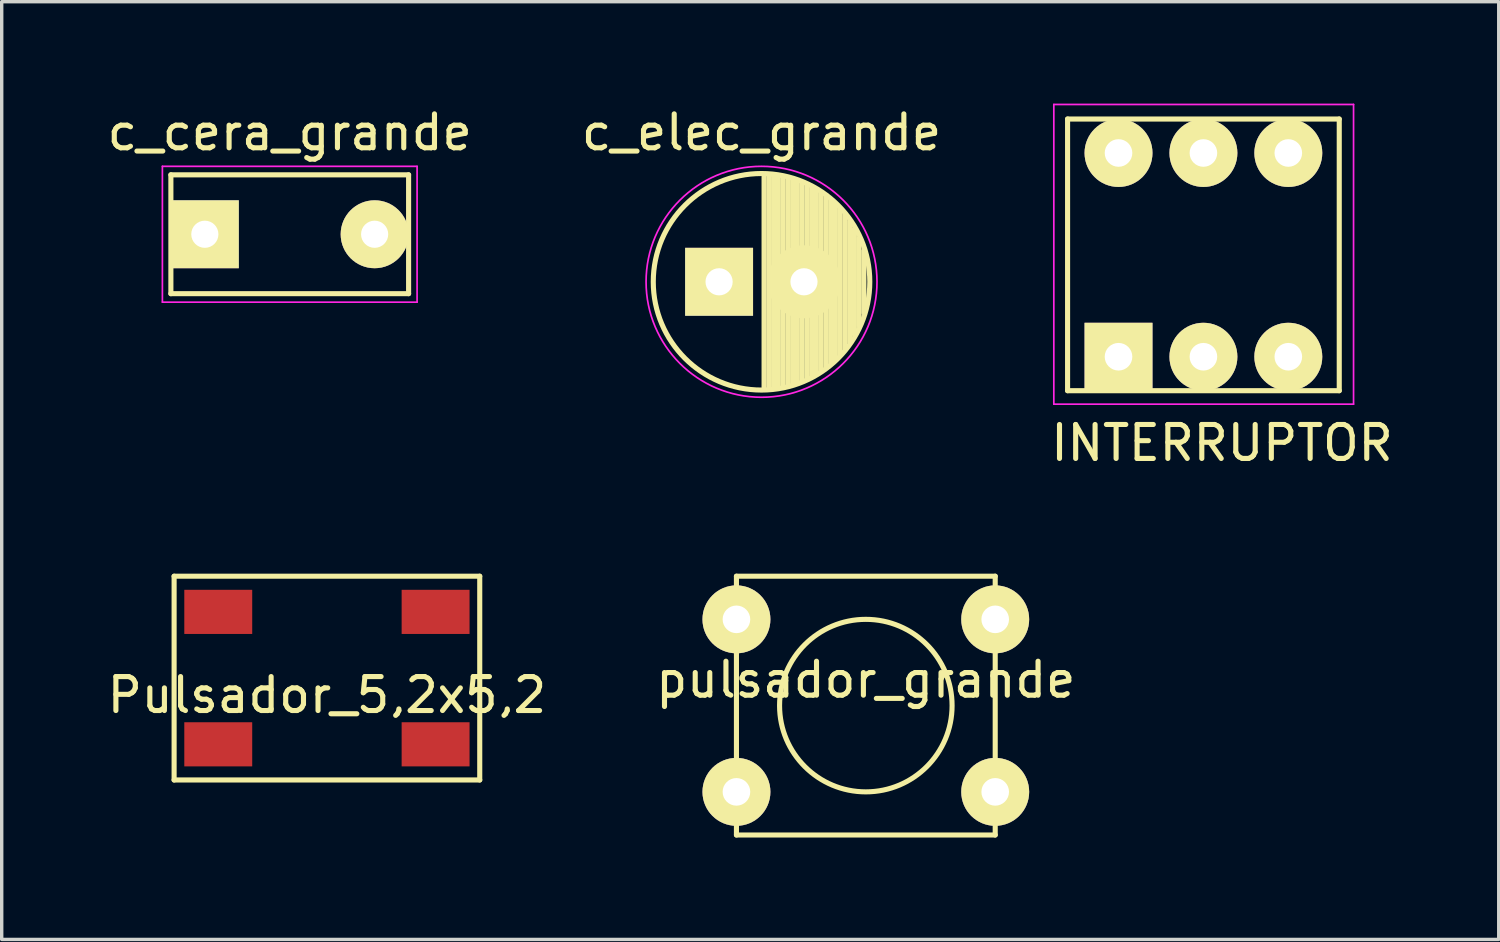
<source format=kicad_pcb>
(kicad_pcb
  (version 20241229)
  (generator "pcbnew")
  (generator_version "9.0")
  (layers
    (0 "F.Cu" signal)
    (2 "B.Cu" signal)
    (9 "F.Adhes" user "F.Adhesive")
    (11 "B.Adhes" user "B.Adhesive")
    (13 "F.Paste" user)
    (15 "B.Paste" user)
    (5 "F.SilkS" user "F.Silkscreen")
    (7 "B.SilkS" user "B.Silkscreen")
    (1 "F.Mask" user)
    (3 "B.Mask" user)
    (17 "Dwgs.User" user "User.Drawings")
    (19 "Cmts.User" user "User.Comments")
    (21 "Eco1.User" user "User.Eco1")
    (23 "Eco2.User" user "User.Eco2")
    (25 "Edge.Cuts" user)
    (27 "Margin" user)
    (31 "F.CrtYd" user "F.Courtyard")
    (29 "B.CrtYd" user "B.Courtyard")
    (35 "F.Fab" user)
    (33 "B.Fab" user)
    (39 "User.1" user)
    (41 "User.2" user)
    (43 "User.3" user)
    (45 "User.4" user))
  (footprint "Pulsador_5,2x5,2"
    (layer "F.Cu")
    (at 6.577 16.918)
    (property "Reference" "Pulsador_5,2x5,2" (at 0 0.5 0) (layer "F.SilkS") (effects (font (size 1 1) (thickness 0.15))))
    (attr through_hole)
    (fp_line (start -4.5 -3) (end 4.5 -3) (stroke (width 0.15) (type solid)) (layer "F.SilkS"))
    (fp_line (start -4.5 3) (end -4.5 -3) (stroke (width 0.15) (type solid)) (layer "F.SilkS"))
    (fp_line (start -4.5 3) (end 4.5 3) (stroke (width 0.15) (type solid)) (layer "F.SilkS"))
    (fp_line (start 4.5 3) (end 4.5 -3) (stroke (width 0.15) (type solid)) (layer "F.SilkS"))
    (pad "1" smd rect (at 3.2 1.95) (size 2 1.3) (layers "F.Cu" "F.Mask" "F.Paste"))
    (pad "2" smd rect (at 3.2 -1.95) (size 2 1.3) (layers "F.Cu" "F.Mask" "F.Paste"))
    (pad "3" smd rect (at -3.2 -1.95) (size 2 1.3) (layers "F.Cu" "F.Mask" "F.Paste"))
    (pad "4" smd rect (at -3.2 1.95) (size 2 1.3) (layers "F.Cu" "F.Mask" "F.Paste")))
  (footprint "INTERRUPTOR"
    (layer "F.Cu")
    (at 29.887 7.455)
    (property "Reference" "INTERRUPTOR" (at 3.048 2.54 0) (layer "F.SilkS") (effects (font (size 1 1) (thickness 0.15))))
    (attr through_hole)
    (fp_line (start -1.5 -7) (end -1.5 1) (stroke (width 0.15) (type solid)) (layer "F.SilkS"))
    (fp_line (start -1.5 1) (end 6.5 1) (stroke (width 0.15) (type solid)) (layer "F.SilkS"))
    (fp_line (start 6.5 -7) (end -1.5 -7) (stroke (width 0.15) (type solid)) (layer "F.SilkS"))
    (fp_line (start 6.5 1) (end 6.5 -7) (stroke (width 0.15) (type solid)) (layer "F.SilkS"))
    (fp_line (start -1.905 -7.429) (end -1.905 1.397) (stroke (width 0.05) (type solid)) (layer "F.CrtYd"))
    (fp_line (start -1.905 -7.429) (end 6.921 -7.429) (stroke (width 0.05) (type solid)) (layer "F.CrtYd"))
    (fp_line (start -1.905 1.397) (end 6.921 1.397) (stroke (width 0.05) (type solid)) (layer "F.CrtYd"))
    (fp_line (start 6.921 -7.429) (end 6.921 1.397) (stroke (width 0.05) (type solid)) (layer "F.CrtYd"))
    (pad "1" thru_hole rect (at 0 0) (size 2 2) (drill 0.813) (layers "*.Cu" "*.Mask" "F.SilkS"))
    (pad "2" thru_hole circle (at 2.5 0) (size 2 2) (drill 0.813) (layers "*.Cu" "*.Mask" "F.SilkS"))
    (pad "3" thru_hole circle (at 5 0) (size 2 2) (drill 0.813) (layers "*.Cu" "*.Mask" "F.SilkS"))
    (pad "4" thru_hole circle (at 5 -6) (size 2 2) (drill 0.813) (layers "*.Cu" "*.Mask" "F.SilkS"))
    (pad "5" thru_hole circle (at 2.5 -6) (size 2 2) (drill 0.813) (layers "*.Cu" "*.Mask" "F.SilkS"))
    (pad "6" thru_hole circle (at 0 -6) (size 2 2) (drill 0.813) (layers "*.Cu" "*.Mask" "F.SilkS")))
  (footprint "c_elec_grande"
    (layer "F.Cu")
    (at 18.125 5.248)
    (property "Reference" "c_elec_grande" (at 1.25 -4.4 0) (layer "F.SilkS") (effects (font (size 1 1) (thickness 0.15))))
    (attr through_hole)
    (fp_line (start 1.325 -3.149) (end 1.325 3.149) (stroke (width 0.15) (type solid)) (layer "F.SilkS"))
    (fp_line (start 1.465 -3.143) (end 1.465 3.143) (stroke (width 0.15) (type solid)) (layer "F.SilkS"))
    (fp_line (start 1.605 -3.13) (end 1.605 -0.446) (stroke (width 0.15) (type solid)) (layer "F.SilkS"))
    (fp_line (start 1.605 0.446) (end 1.605 3.13) (stroke (width 0.15) (type solid)) (layer "F.SilkS"))
    (fp_line (start 1.745 -3.111) (end 1.745 -0.656) (stroke (width 0.15) (type solid)) (layer "F.SilkS"))
    (fp_line (start 1.745 0.656) (end 1.745 3.111) (stroke (width 0.15) (type solid)) (layer "F.SilkS"))
    (fp_line (start 1.885 -3.085) (end 1.885 -0.789) (stroke (width 0.15) (type solid)) (layer "F.SilkS"))
    (fp_line (start 1.885 0.789) (end 1.885 3.085) (stroke (width 0.15) (type solid)) (layer "F.SilkS"))
    (fp_line (start 2.025 -3.053) (end 2.025 -0.88) (stroke (width 0.15) (type solid)) (layer "F.SilkS"))
    (fp_line (start 2.025 0.88) (end 2.025 3.053) (stroke (width 0.15) (type solid)) (layer "F.SilkS"))
    (fp_line (start 2.165 -3.014) (end 2.165 -0.942) (stroke (width 0.15) (type solid)) (layer "F.SilkS"))
    (fp_line (start 2.165 0.942) (end 2.165 3.014) (stroke (width 0.15) (type solid)) (layer "F.SilkS"))
    (fp_line (start 2.305 -2.968) (end 2.305 -0.981) (stroke (width 0.15) (type solid)) (layer "F.SilkS"))
    (fp_line (start 2.305 0.981) (end 2.305 2.968) (stroke (width 0.15) (type solid)) (layer "F.SilkS"))
    (fp_line (start 2.445 -2.915) (end 2.445 -0.998) (stroke (width 0.15) (type solid)) (layer "F.SilkS"))
    (fp_line (start 2.445 0.998) (end 2.445 2.915) (stroke (width 0.15) (type solid)) (layer "F.SilkS"))
    (fp_line (start 2.585 -2.853) (end 2.585 -0.996) (stroke (width 0.15) (type solid)) (layer "F.SilkS"))
    (fp_line (start 2.585 0.996) (end 2.585 2.853) (stroke (width 0.15) (type solid)) (layer "F.SilkS"))
    (fp_line (start 2.725 -2.783) (end 2.725 -0.974) (stroke (width 0.15) (type solid)) (layer "F.SilkS"))
    (fp_line (start 2.725 0.974) (end 2.725 2.783) (stroke (width 0.15) (type solid)) (layer "F.SilkS"))
    (fp_line (start 2.865 -2.704) (end 2.865 -0.931) (stroke (width 0.15) (type solid)) (layer "F.SilkS"))
    (fp_line (start 2.865 0.931) (end 2.865 2.704) (stroke (width 0.15) (type solid)) (layer "F.SilkS"))
    (fp_line (start 3.005 -2.616) (end 3.005 -0.863) (stroke (width 0.15) (type solid)) (layer "F.SilkS"))
    (fp_line (start 3.005 0.863) (end 3.005 2.616) (stroke (width 0.15) (type solid)) (layer "F.SilkS"))
    (fp_line (start 3.145 -2.516) (end 3.145 -0.764) (stroke (width 0.15) (type solid)) (layer "F.SilkS"))
    (fp_line (start 3.145 0.764) (end 3.145 2.516) (stroke (width 0.15) (type solid)) (layer "F.SilkS"))
    (fp_line (start 3.285 -2.404) (end 3.285 -0.619) (stroke (width 0.15) (type solid)) (layer "F.SilkS"))
    (fp_line (start 3.285 0.619) (end 3.285 2.404) (stroke (width 0.15) (type solid)) (layer "F.SilkS"))
    (fp_line (start 3.425 -2.279) (end 3.425 -0.38) (stroke (width 0.15) (type solid)) (layer "F.SilkS"))
    (fp_line (start 3.425 0.38) (end 3.425 2.279) (stroke (width 0.15) (type solid)) (layer "F.SilkS"))
    (fp_line (start 3.565 -2.136) (end 3.565 2.136) (stroke (width 0.15) (type solid)) (layer "F.SilkS"))
    (fp_line (start 3.705 -1.974) (end 3.705 1.974) (stroke (width 0.15) (type solid)) (layer "F.SilkS"))
    (fp_line (start 3.845 -1.786) (end 3.845 1.786) (stroke (width 0.15) (type solid)) (layer "F.SilkS"))
    (fp_line (start 3.985 -1.563) (end 3.985 1.563) (stroke (width 0.15) (type solid)) (layer "F.SilkS"))
    (fp_line (start 4.125 -1.287) (end 4.125 1.287) (stroke (width 0.15) (type solid)) (layer "F.SilkS"))
    (fp_line (start 4.265 -0.912) (end 4.265 0.912) (stroke (width 0.15) (type solid)) (layer "F.SilkS"))
    (fp_circle (center 1.25 0) (end 1.25 -3.188) (stroke (width 0.15) (type solid)) (fill no) (layer "F.SilkS"))
    (fp_circle (center 2.5 0) (end 2.5 -1) (stroke (width 0.15) (type solid)) (fill no) (layer "F.SilkS"))
    (fp_circle (center 1.25 0) (end 1.25 -3.4) (stroke (width 0.05) (type solid)) (fill no) (layer "F.CrtYd"))
    (pad "1" thru_hole rect (at 0 0) (size 2 2) (drill 0.8) (layers "*.Cu" "*.Mask" "F.SilkS"))
    (pad "2" thru_hole circle (at 2.5 0) (size 2 2) (drill 0.8) (layers "*.Cu" "*.Mask" "F.SilkS")))
  (footprint "pulsador_grande"
    (layer "F.Cu")
    (at 22.446 17.728)
    (property "Reference" "pulsador_grande" (at 0 -0.762 0) (layer "F.SilkS") (effects (font (size 1 1) (thickness 0.15))))
    (attr through_hole)
    (fp_line (start -3.81 -3.81) (end -3.81 3.81) (stroke (width 0.15) (type solid)) (layer "F.SilkS"))
    (fp_line (start -3.81 -3.81) (end 3.81 -3.81) (stroke (width 0.15) (type solid)) (layer "F.SilkS"))
    (fp_line (start 3.81 -3.81) (end 3.81 3.81) (stroke (width 0.15) (type solid)) (layer "F.SilkS"))
    (fp_line (start 3.81 3.81) (end -3.81 3.81) (stroke (width 0.15) (type solid)) (layer "F.SilkS"))
    (fp_circle (center 0 0) (end 0 -2.54) (stroke (width 0.15) (type solid)) (fill no) (layer "F.SilkS"))
    (pad "1" thru_hole circle (at -3.81 -2.54) (size 2 2) (drill 0.813) (layers "*.Cu" "*.Mask" "F.SilkS"))
    (pad "1" thru_hole circle (at 3.81 -2.54) (size 2 2) (drill 0.813) (layers "*.Cu" "*.Mask" "F.SilkS"))
    (pad "2" thru_hole circle (at -3.81 2.54) (size 2 2) (drill 0.813) (layers "*.Cu" "*.Mask" "F.SilkS"))
    (pad "2" thru_hole circle (at 3.81 2.54) (size 2 2) (drill 0.813) (layers "*.Cu" "*.Mask" "F.SilkS")))
  (footprint "c_cera_grande"
    (layer "F.Cu")
    (at 2.982 3.848)
    (property "Reference" "c_cera_grande" (at 2.5 -3 0) (layer "F.SilkS") (effects (font (size 1 1) (thickness 0.15))))
    (attr through_hole)
    (fp_line (start -1 -1.75) (end 6 -1.75) (stroke (width 0.15) (type solid)) (layer "F.SilkS"))
    (fp_line (start -1 1.75) (end -1 -1.75) (stroke (width 0.15) (type solid)) (layer "F.SilkS"))
    (fp_line (start 6 -1.75) (end 6 1.75) (stroke (width 0.15) (type solid)) (layer "F.SilkS"))
    (fp_line (start 6 1.75) (end -1 1.75) (stroke (width 0.15) (type solid)) (layer "F.SilkS"))
    (fp_line (start -1.25 -2) (end 6.25 -2) (stroke (width 0.05) (type solid)) (layer "F.CrtYd"))
    (fp_line (start -1.25 2) (end -1.25 -2) (stroke (width 0.05) (type solid)) (layer "F.CrtYd"))
    (fp_line (start 6.25 -2) (end 6.25 2) (stroke (width 0.05) (type solid)) (layer "F.CrtYd"))
    (fp_line (start 6.25 2) (end -1.25 2) (stroke (width 0.05) (type solid)) (layer "F.CrtYd"))
    (pad "1" thru_hole rect (at 0 0) (size 2 2) (drill 0.8) (layers "*.Cu" "*.Mask" "F.SilkS"))
    (pad "2" thru_hole circle (at 5 0) (size 2 2) (drill 0.8) (layers "*.Cu" "*.Mask" "F.SilkS")))
  (gr_rect
    (start -3 -3)
    (end 41.083 24.613)
    (stroke (width 0.1) (type default))
    (fill no)
    (layer "Edge.Cuts")))
</source>
